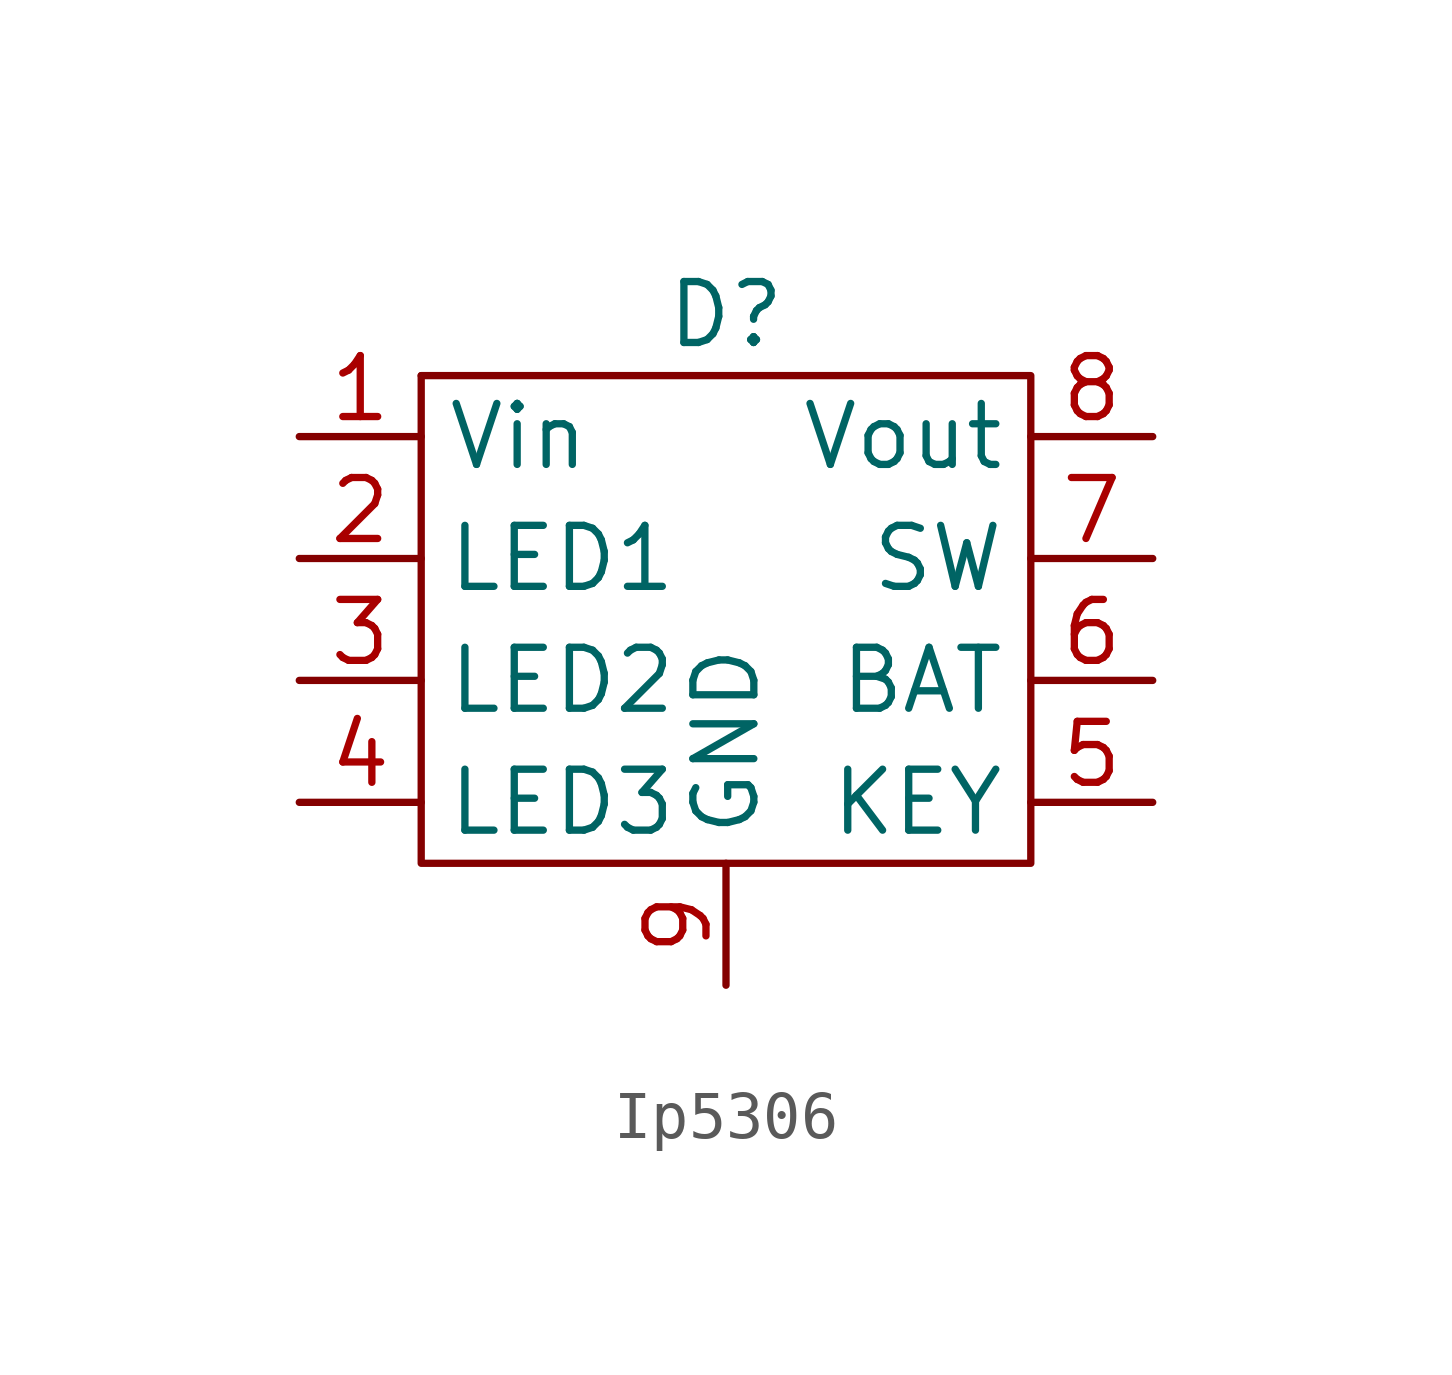
<source format=kicad_sym>
(kicad_symbol_lib
  (version 20220914)
  (generator kicad_symbol_editor)
  (symbol "Ip5306"
    (property "Reference" "D"
      (at 0 6.35 0)
      (effects (font (size 1.27 1.27))))
    (property "Value" ""
      (at -1.27 2.54 0)
      (effects (font (size 1.27 1.27))))
    (symbol "Ip5306_0_1"
      (rectangle (start -6.35 5.08) (end -6.35 5.08) (stroke (width 0) (type default)) (fill (type none)))
      (rectangle (start -6.35 5.08) (end 6.35 -5.08) (stroke (width 0) (type default)) (fill (type none))))
    (symbol "Ip5306_1_1"
      (pin power_in line (at -8.89 3.81 0) (length 2.54) (name "Vin" (effects (font (size 1.27 1.27)))) (number "1" (effects (font (size 1.27 1.27)))))
      (pin output line (at -8.89 1.27 0) (length 2.54) (name "LED1" (effects (font (size 1.27 1.27)))) (number "2" (effects (font (size 1.27 1.27)))))
      (pin output line (at -8.89 -1.27 0) (length 2.54) (name "LED2" (effects (font (size 1.27 1.27)))) (number "3" (effects (font (size 1.27 1.27)))))
      (pin output line (at -8.89 -3.81 0) (length 2.54) (name "LED3" (effects (font (size 1.27 1.27)))) (number "4" (effects (font (size 1.27 1.27)))))
      (pin input line (at 8.89 -3.81 180) (length 2.54) (name "KEY" (effects (font (size 1.27 1.27)))) (number "5" (effects (font (size 1.27 1.27)))))
      (pin power_out line (at 8.89 -1.27 180) (length 2.54) (name "BAT" (effects (font (size 1.27 1.27)))) (number "6" (effects (font (size 1.27 1.27)))))
      (pin power_out line (at 8.89 1.27 180) (length 2.54) (name "SW" (effects (font (size 1.27 1.27)))) (number "7" (effects (font (size 1.27 1.27)))))
      (pin power_out line (at 8.89 3.81 180) (length 2.54) (name "Vout" (effects (font (size 1.27 1.27)))) (number "8" (effects (font (size 1.27 1.27)))))
      (pin power_in line (at 0 -7.62 90) (length 2.54) (name "GND" (effects (font (size 1.27 1.27)))) (number "9" (effects (font (size 1.27 1.27))))))))
</source>
